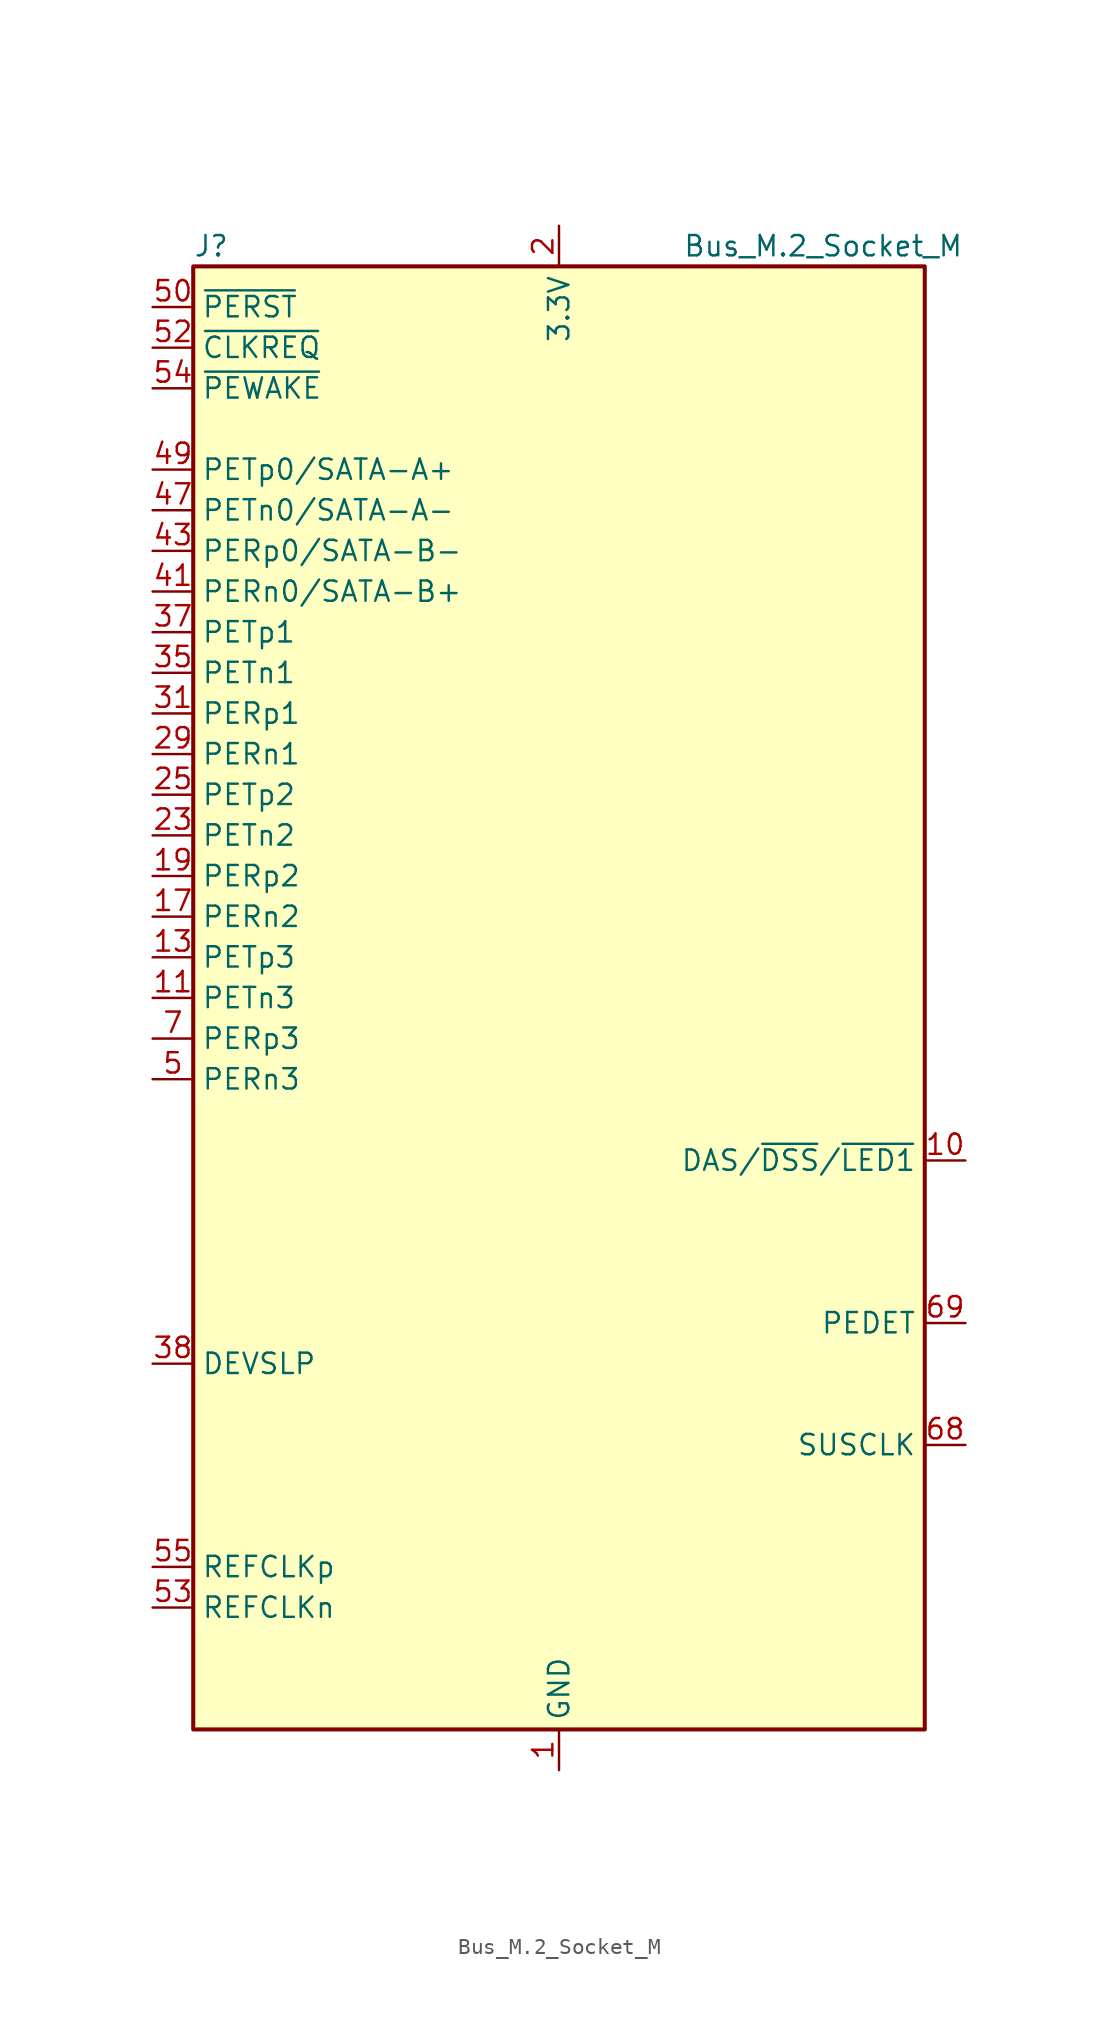
<source format=kicad_sym>
(kicad_symbol_lib
  (version 20211014)
  (generator kicad_symbol_editor)
  (symbol "Bus_M.2_Socket_M"
    (property "Reference" "J"
      (at -22.86 46.99 0)
      (effects (font (size 1.27 1.27)) (justify left)))
    (property "Value" "Bus_M.2_Socket_M"
      (at 16.51 46.99 0)
      (effects (font (size 1.27 1.27))))
    (symbol "Bus_M.2_Socket_M_0_1"
      (rectangle (start -22.86 45.72) (end 22.86 -45.72) (stroke (width 0.254) (type default) (color 0 0 0 0)) (fill (type background))))
    (symbol "Bus_M.2_Socket_M_1_1"
      (pin power_in line (at 0 -48.26 90) (length 2.54) (name "GND" (effects (font (size 1.27 1.27)))) (number "1" (effects (font (size 1.27 1.27)))))
      (pin bidirectional line (at 25.4 -10.16 180) (length 2.54) (name "DAS/~{DSS}/~{LED1}" (effects (font (size 1.27 1.27)))) (number "10" (effects (font (size 1.27 1.27)))))
      (pin output line (at -25.4 0 0) (length 2.54) (name "PETn3" (effects (font (size 1.27 1.27)))) (number "11" (effects (font (size 1.27 1.27)))))
      (pin passive line (at 0 48.26 270) (length 2.54) hide (name "3.3V" (effects (font (size 1.27 1.27)))) (number "12" (effects (font (size 1.27 1.27)))))
      (pin output line (at -25.4 2.54 0) (length 2.54) (name "PETp3" (effects (font (size 1.27 1.27)))) (number "13" (effects (font (size 1.27 1.27)))))
      (pin passive line (at 0 48.26 270) (length 2.54) hide (name "3.3V" (effects (font (size 1.27 1.27)))) (number "14" (effects (font (size 1.27 1.27)))))
      (pin passive line (at 0 -48.26 90) (length 2.54) hide (name "GND" (effects (font (size 1.27 1.27)))) (number "15" (effects (font (size 1.27 1.27)))))
      (pin passive line (at 0 48.26 270) (length 2.54) hide (name "3.3V" (effects (font (size 1.27 1.27)))) (number "16" (effects (font (size 1.27 1.27)))))
      (pin input line (at -25.4 5.08 0) (length 2.54) (name "PERn2" (effects (font (size 1.27 1.27)))) (number "17" (effects (font (size 1.27 1.27)))))
      (pin passive line (at 0 48.26 270) (length 2.54) hide (name "3.3V" (effects (font (size 1.27 1.27)))) (number "18" (effects (font (size 1.27 1.27)))))
      (pin input line (at -25.4 7.62 0) (length 2.54) (name "PERp2" (effects (font (size 1.27 1.27)))) (number "19" (effects (font (size 1.27 1.27)))))
      (pin power_in line (at 0 48.26 270) (length 2.54) (name "3.3V" (effects (font (size 1.27 1.27)))) (number "2" (effects (font (size 1.27 1.27)))))
      (pin no_connect line (at 22.86 2.54 180) (length 2.54) hide (name "NC" (effects (font (size 1.27 1.27)))) (number "20" (effects (font (size 1.27 1.27)))))
      (pin passive line (at 0 -48.26 90) (length 2.54) hide (name "GND" (effects (font (size 1.27 1.27)))) (number "21" (effects (font (size 1.27 1.27)))))
      (pin no_connect line (at 22.86 5.08 180) (length 2.54) hide (name "NC" (effects (font (size 1.27 1.27)))) (number "22" (effects (font (size 1.27 1.27)))))
      (pin output line (at -25.4 10.16 0) (length 2.54) (name "PETn2" (effects (font (size 1.27 1.27)))) (number "23" (effects (font (size 1.27 1.27)))))
      (pin no_connect line (at 22.86 7.62 180) (length 2.54) hide (name "NC" (effects (font (size 1.27 1.27)))) (number "24" (effects (font (size 1.27 1.27)))))
      (pin output line (at -25.4 12.7 0) (length 2.54) (name "PETp2" (effects (font (size 1.27 1.27)))) (number "25" (effects (font (size 1.27 1.27)))))
      (pin no_connect line (at 22.86 10.16 180) (length 2.54) hide (name "NC" (effects (font (size 1.27 1.27)))) (number "26" (effects (font (size 1.27 1.27)))))
      (pin passive line (at 0 -48.26 90) (length 2.54) hide (name "GND" (effects (font (size 1.27 1.27)))) (number "27" (effects (font (size 1.27 1.27)))))
      (pin no_connect line (at 22.86 12.7 180) (length 2.54) hide (name "NC" (effects (font (size 1.27 1.27)))) (number "28" (effects (font (size 1.27 1.27)))))
      (pin input line (at -25.4 15.24 0) (length 2.54) (name "PERn1" (effects (font (size 1.27 1.27)))) (number "29" (effects (font (size 1.27 1.27)))))
      (pin passive line (at 0 -48.26 90) (length 2.54) hide (name "GND" (effects (font (size 1.27 1.27)))) (number "3" (effects (font (size 1.27 1.27)))))
      (pin no_connect line (at 22.86 15.24 180) (length 2.54) hide (name "NC" (effects (font (size 1.27 1.27)))) (number "30" (effects (font (size 1.27 1.27)))))
      (pin input line (at -25.4 17.78 0) (length 2.54) (name "PERp1" (effects (font (size 1.27 1.27)))) (number "31" (effects (font (size 1.27 1.27)))))
      (pin no_connect line (at 22.86 17.78 180) (length 2.54) hide (name "NC" (effects (font (size 1.27 1.27)))) (number "32" (effects (font (size 1.27 1.27)))))
      (pin passive line (at 0 -48.26 90) (length 2.54) hide (name "GND" (effects (font (size 1.27 1.27)))) (number "33" (effects (font (size 1.27 1.27)))))
      (pin no_connect line (at 22.86 20.32 180) (length 2.54) hide (name "NC" (effects (font (size 1.27 1.27)))) (number "34" (effects (font (size 1.27 1.27)))))
      (pin output line (at -25.4 20.32 0) (length 2.54) (name "PETn1" (effects (font (size 1.27 1.27)))) (number "35" (effects (font (size 1.27 1.27)))))
      (pin no_connect line (at 22.86 22.86 180) (length 2.54) hide (name "NC" (effects (font (size 1.27 1.27)))) (number "36" (effects (font (size 1.27 1.27)))))
      (pin output line (at -25.4 22.86 0) (length 2.54) (name "PETp1" (effects (font (size 1.27 1.27)))) (number "37" (effects (font (size 1.27 1.27)))))
      (pin output line (at -25.4 -22.86 0) (length 2.54) (name "DEVSLP" (effects (font (size 1.27 1.27)))) (number "38" (effects (font (size 1.27 1.27)))))
      (pin passive line (at 0 -48.26 90) (length 2.54) hide (name "GND" (effects (font (size 1.27 1.27)))) (number "39" (effects (font (size 1.27 1.27)))))
      (pin passive line (at 0 48.26 270) (length 2.54) hide (name "3.3V" (effects (font (size 1.27 1.27)))) (number "4" (effects (font (size 1.27 1.27)))))
      (pin no_connect line (at 22.86 25.4 180) (length 2.54) hide (name "NC" (effects (font (size 1.27 1.27)))) (number "40" (effects (font (size 1.27 1.27)))))
      (pin input line (at -25.4 25.4 0) (length 2.54) (name "PERn0/SATA-B+" (effects (font (size 1.27 1.27)))) (number "41" (effects (font (size 1.27 1.27)))))
      (pin no_connect line (at 22.86 27.94 180) (length 2.54) hide (name "NC" (effects (font (size 1.27 1.27)))) (number "42" (effects (font (size 1.27 1.27)))))
      (pin input line (at -25.4 27.94 0) (length 2.54) (name "PERp0/SATA-B-" (effects (font (size 1.27 1.27)))) (number "43" (effects (font (size 1.27 1.27)))))
      (pin no_connect line (at 22.86 30.48 180) (length 2.54) hide (name "NC" (effects (font (size 1.27 1.27)))) (number "44" (effects (font (size 1.27 1.27)))))
      (pin passive line (at 0 -48.26 90) (length 2.54) hide (name "GND" (effects (font (size 1.27 1.27)))) (number "45" (effects (font (size 1.27 1.27)))))
      (pin no_connect line (at 22.86 33.02 180) (length 2.54) hide (name "NC" (effects (font (size 1.27 1.27)))) (number "46" (effects (font (size 1.27 1.27)))))
      (pin output line (at -25.4 30.48 0) (length 2.54) (name "PETn0/SATA-A-" (effects (font (size 1.27 1.27)))) (number "47" (effects (font (size 1.27 1.27)))))
      (pin no_connect line (at 22.86 35.56 180) (length 2.54) hide (name "NC" (effects (font (size 1.27 1.27)))) (number "48" (effects (font (size 1.27 1.27)))))
      (pin output line (at -25.4 33.02 0) (length 2.54) (name "PETp0/SATA-A+" (effects (font (size 1.27 1.27)))) (number "49" (effects (font (size 1.27 1.27)))))
      (pin input line (at -25.4 -5.08 0) (length 2.54) (name "PERn3" (effects (font (size 1.27 1.27)))) (number "5" (effects (font (size 1.27 1.27)))))
      (pin output line (at -25.4 43.18 0) (length 2.54) (name "~{PERST}" (effects (font (size 1.27 1.27)))) (number "50" (effects (font (size 1.27 1.27)))))
      (pin passive line (at 0 -48.26 90) (length 2.54) hide (name "GND" (effects (font (size 1.27 1.27)))) (number "51" (effects (font (size 1.27 1.27)))))
      (pin bidirectional line (at -25.4 40.64 0) (length 2.54) (name "~{CLKREQ}" (effects (font (size 1.27 1.27)))) (number "52" (effects (font (size 1.27 1.27)))))
      (pin output line (at -25.4 -38.1 0) (length 2.54) (name "REFCLKn" (effects (font (size 1.27 1.27)))) (number "53" (effects (font (size 1.27 1.27)))))
      (pin bidirectional line (at -25.4 38.1 0) (length 2.54) (name "~{PEWAKE}" (effects (font (size 1.27 1.27)))) (number "54" (effects (font (size 1.27 1.27)))))
      (pin output line (at -25.4 -35.56 0) (length 2.54) (name "REFCLKp" (effects (font (size 1.27 1.27)))) (number "55" (effects (font (size 1.27 1.27)))))
      (pin no_connect line (at 22.86 38.1 180) (length 2.54) hide (name "NC" (effects (font (size 1.27 1.27)))) (number "56" (effects (font (size 1.27 1.27)))))
      (pin passive line (at 0 -48.26 90) (length 2.54) hide (name "GND" (effects (font (size 1.27 1.27)))) (number "57" (effects (font (size 1.27 1.27)))))
      (pin no_connect line (at 22.86 40.64 180) (length 2.54) hide (name "NC" (effects (font (size 1.27 1.27)))) (number "58" (effects (font (size 1.27 1.27)))))
      (pin no_connect line (at 22.86 -2.54 180) (length 2.54) hide (name "NC" (effects (font (size 1.27 1.27)))) (number "6" (effects (font (size 1.27 1.27)))))
      (pin no_connect line (at 22.86 -5.08 180) (length 2.54) hide (name "NC" (effects (font (size 1.27 1.27)))) (number "67" (effects (font (size 1.27 1.27)))))
      (pin output line (at 25.4 -27.94 180) (length 2.54) (name "SUSCLK" (effects (font (size 1.27 1.27)))) (number "68" (effects (font (size 1.27 1.27)))))
      (pin passive line (at 25.4 -20.32 180) (length 2.54) (name "PEDET" (effects (font (size 1.27 1.27)))) (number "69" (effects (font (size 1.27 1.27)))))
      (pin input line (at -25.4 -2.54 0) (length 2.54) (name "PERp3" (effects (font (size 1.27 1.27)))) (number "7" (effects (font (size 1.27 1.27)))))
      (pin passive line (at 0 48.26 270) (length 2.54) hide (name "3.3V" (effects (font (size 1.27 1.27)))) (number "70" (effects (font (size 1.27 1.27)))))
      (pin passive line (at 0 -48.26 90) (length 2.54) hide (name "GND" (effects (font (size 1.27 1.27)))) (number "71" (effects (font (size 1.27 1.27)))))
      (pin passive line (at 0 48.26 270) (length 2.54) hide (name "3.3V" (effects (font (size 1.27 1.27)))) (number "72" (effects (font (size 1.27 1.27)))))
      (pin passive line (at 0 -48.26 90) (length 2.54) hide (name "GND" (effects (font (size 1.27 1.27)))) (number "73" (effects (font (size 1.27 1.27)))))
      (pin passive line (at 0 48.26 270) (length 2.54) hide (name "3.3V" (effects (font (size 1.27 1.27)))) (number "74" (effects (font (size 1.27 1.27)))))
      (pin passive line (at 0 -48.26 90) (length 2.54) hide (name "GND" (effects (font (size 1.27 1.27)))) (number "75" (effects (font (size 1.27 1.27)))))
      (pin no_connect line (at 22.86 0 180) (length 2.54) hide (name "NC" (effects (font (size 1.27 1.27)))) (number "8" (effects (font (size 1.27 1.27)))))
      (pin passive line (at 0 -48.26 90) (length 2.54) hide (name "GND" (effects (font (size 1.27 1.27)))) (number "9" (effects (font (size 1.27 1.27))))))))
</source>
